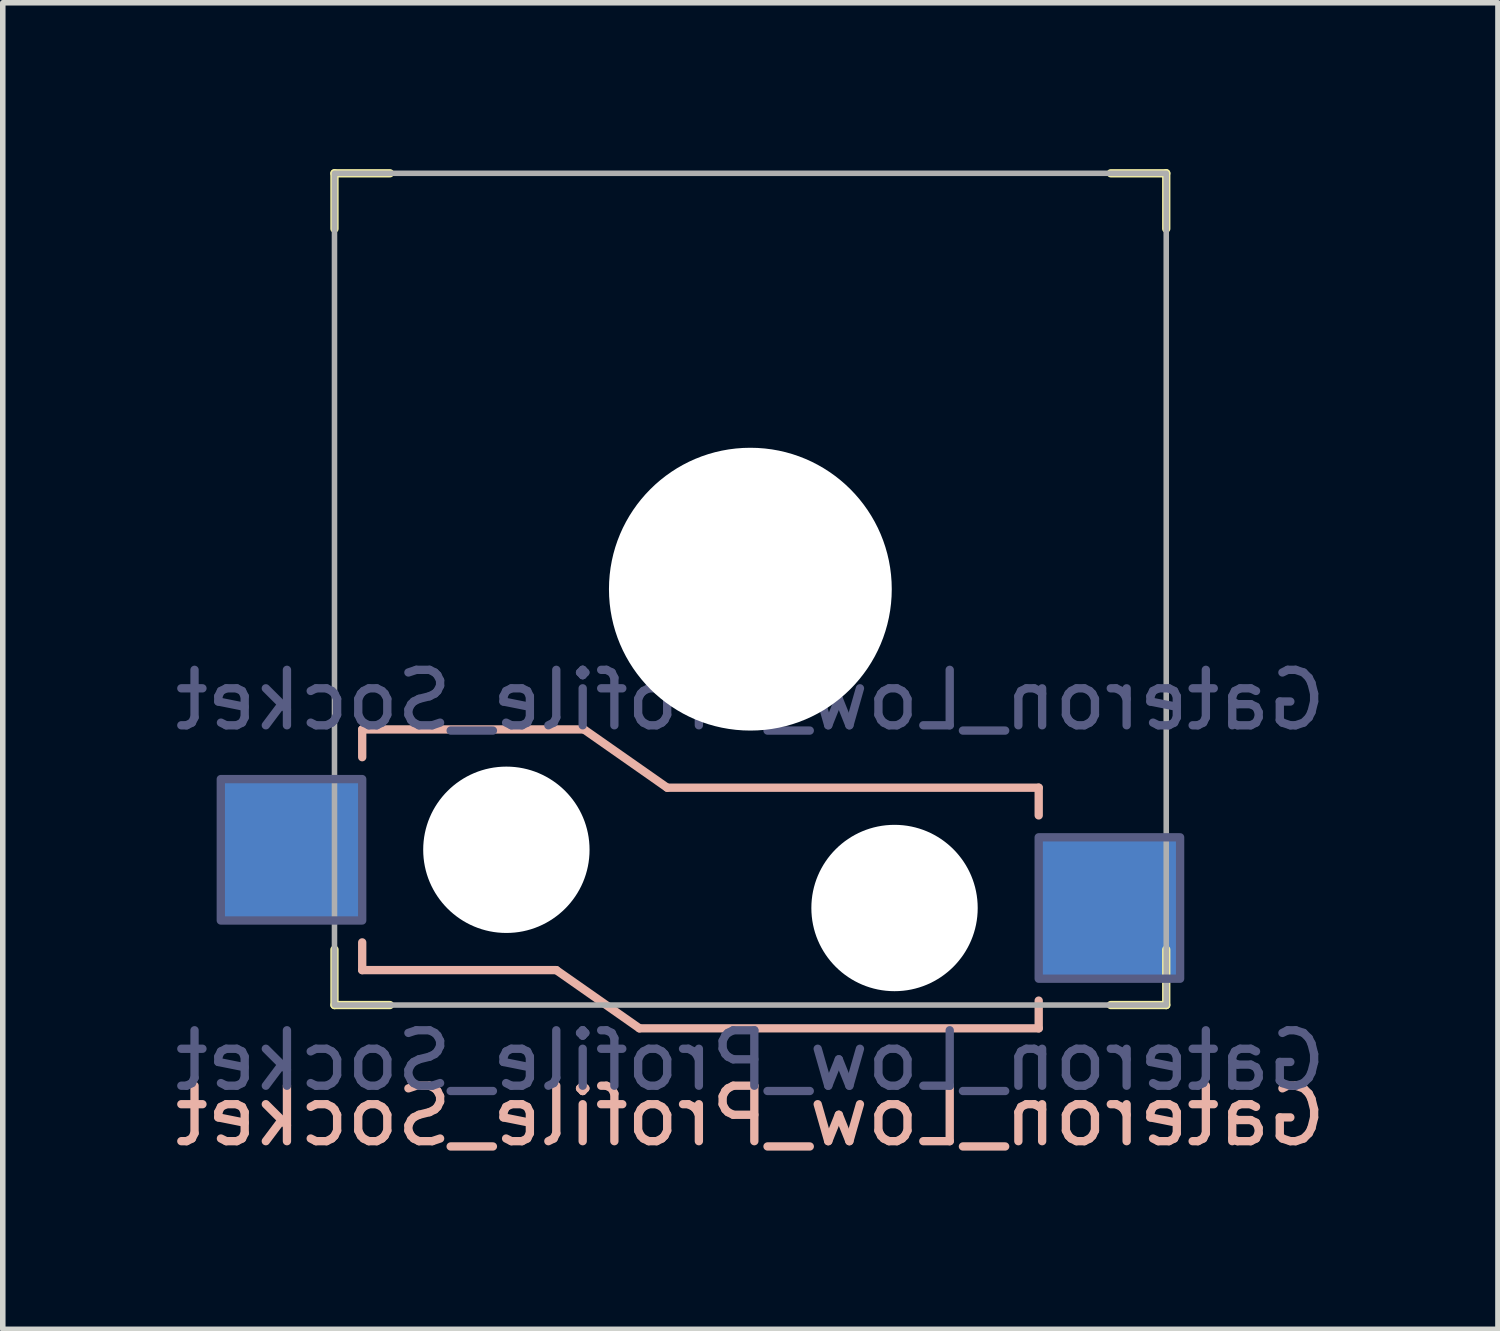
<source format=kicad_pcb>
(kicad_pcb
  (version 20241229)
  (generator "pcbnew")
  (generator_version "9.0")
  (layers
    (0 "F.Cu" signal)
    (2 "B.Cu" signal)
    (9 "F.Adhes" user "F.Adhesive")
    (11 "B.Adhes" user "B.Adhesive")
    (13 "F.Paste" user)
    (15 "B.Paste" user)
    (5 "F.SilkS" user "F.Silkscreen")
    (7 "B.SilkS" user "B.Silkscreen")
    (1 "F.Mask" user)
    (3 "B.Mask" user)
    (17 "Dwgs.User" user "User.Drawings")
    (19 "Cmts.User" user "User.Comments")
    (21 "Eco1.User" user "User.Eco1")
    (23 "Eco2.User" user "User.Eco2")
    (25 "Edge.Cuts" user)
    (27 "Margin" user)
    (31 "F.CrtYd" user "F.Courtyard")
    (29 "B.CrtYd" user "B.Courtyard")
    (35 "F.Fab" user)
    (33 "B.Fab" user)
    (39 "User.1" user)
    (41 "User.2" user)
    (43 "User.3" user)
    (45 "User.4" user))
  (footprint "Gateron_Low_Profile_Socket"
    (layer "F.Cu")
    (at 10.482 7.575)
    (property "Reference" "Gateron_Low_Profile_Socket" (at 0 9.5 0) (layer "B.SilkS") (effects (font (size 1 1) (thickness 0.15)) (justify mirror)))
    (property "Value" "Gateron_Low_Profile_Socket" (at 0 8.5 0) (layer "F.Fab") (hide yes) (effects (font (size 1 1) (thickness 0.15))))
    (attr smd)
    (fp_line (start -7.5 -6.5) (end -7.5 -7.5) (stroke (width 0.15) (type solid)) (layer "F.SilkS"))
    (fp_line (start -7.5 7.5) (end -7.5 6.5) (stroke (width 0.15) (type solid)) (layer "F.SilkS"))
    (fp_line (start -7.5 7.5) (end -6.5 7.5) (stroke (width 0.15) (type solid)) (layer "F.SilkS"))
    (fp_line (start -6.5 -7.5) (end -7.5 -7.5) (stroke (width 0.15) (type solid)) (layer "F.SilkS"))
    (fp_line (start 6.5 7.5) (end 7.5 7.5) (stroke (width 0.15) (type solid)) (layer "F.SilkS"))
    (fp_line (start 7.5 -7.5) (end 6.5 -7.5) (stroke (width 0.15) (type solid)) (layer "F.SilkS"))
    (fp_line (start 7.5 -7.5) (end 7.5 -6.5) (stroke (width 0.15) (type solid)) (layer "F.SilkS"))
    (fp_line (start 7.5 6.5) (end 7.5 7.5) (stroke (width 0.15) (type solid)) (layer "F.SilkS"))
    (fp_line (start -7 2.53) (end -7 3.03) (stroke (width 0.15) (type solid)) (layer "B.SilkS"))
    (fp_line (start -7 2.53) (end -3 2.53) (stroke (width 0.15) (type solid)) (layer "B.SilkS"))
    (fp_line (start -7 6.37) (end -7 6.87) (stroke (width 0.15) (type solid)) (layer "B.SilkS"))
    (fp_line (start -7 6.87) (end -3.5 6.87) (stroke (width 0.15) (type solid)) (layer "B.SilkS"))
    (fp_line (start -2 7.92) (end -3.5 6.87) (stroke (width 0.15) (type solid)) (layer "B.SilkS"))
    (fp_line (start -2 7.92) (end 5.2 7.92) (stroke (width 0.15) (type solid)) (layer "B.SilkS"))
    (fp_line (start -1.5 3.58) (end -3 2.53) (stroke (width 0.15) (type solid)) (layer "B.SilkS"))
    (fp_line (start -1.5 3.58) (end 5.2 3.58) (stroke (width 0.15) (type solid)) (layer "B.SilkS"))
    (fp_line (start 5.2 3.58) (end 5.2 4.08) (stroke (width 0.15) (type solid)) (layer "B.SilkS"))
    (fp_line (start 5.2 7.92) (end 5.2 7.42) (stroke (width 0.15) (type solid)) (layer "B.SilkS"))
    (fp_rect (start -7 -7) (end 7 7) (stroke (width 0.12) (type solid)) (fill no) (layer "Eco2.User"))
    (fp_rect (start -7 3.425) (end -9.55 5.975) (stroke (width 0.15) (type solid)) (fill no) (layer "B.Fab"))
    (fp_rect (start 7.75 4.475) (end 5.2 7.025) (stroke (width 0.15) (type solid)) (fill no) (layer "B.Fab"))
    (fp_rect (start -7.5 -7.5) (end 7.5 7.5) (stroke (width 0.1) (type solid)) (fill no) (layer "F.Fab"))
    (fp_text user "${VALUE}" (at 0 8.5 0) (layer "B.Fab") (effects (font (size 1 1) (thickness 0.15)) (justify mirror)))
    (fp_text user "${REFERENCE}" (at 0 2 0) (layer "B.Fab") (effects (font (size 1 1) (thickness 0.15)) (justify mirror)))
    (pad "" np_thru_hole circle (at -4.4 4.7) (size 3 3) (drill 3) (layers "*.Cu" "*.Mask"))
    (pad "" np_thru_hole circle (at 0 0) (size 5.1 5.1) (drill 5.1) (layers "*.Cu" "*.Mask"))
    (pad "" np_thru_hole circle (at 2.6 5.75) (size 3 3) (drill 3) (layers "*.Cu" "*.Mask"))
    (pad "1" smd rect (at -8.275 4.7) (size 2.55 2.55) (layers "B.Cu" "B.Mask" "B.Paste"))
    (pad "2" smd rect (at 6.475 5.75) (size 2.55 2.55) (layers "B.Cu" "B.Mask" "B.Paste")))
  (gr_rect
    (start -3 -3)
    (end 23.964 20.923)
    (stroke (width 0.1) (type default))
    (fill no)
    (layer "Edge.Cuts")))
</source>
